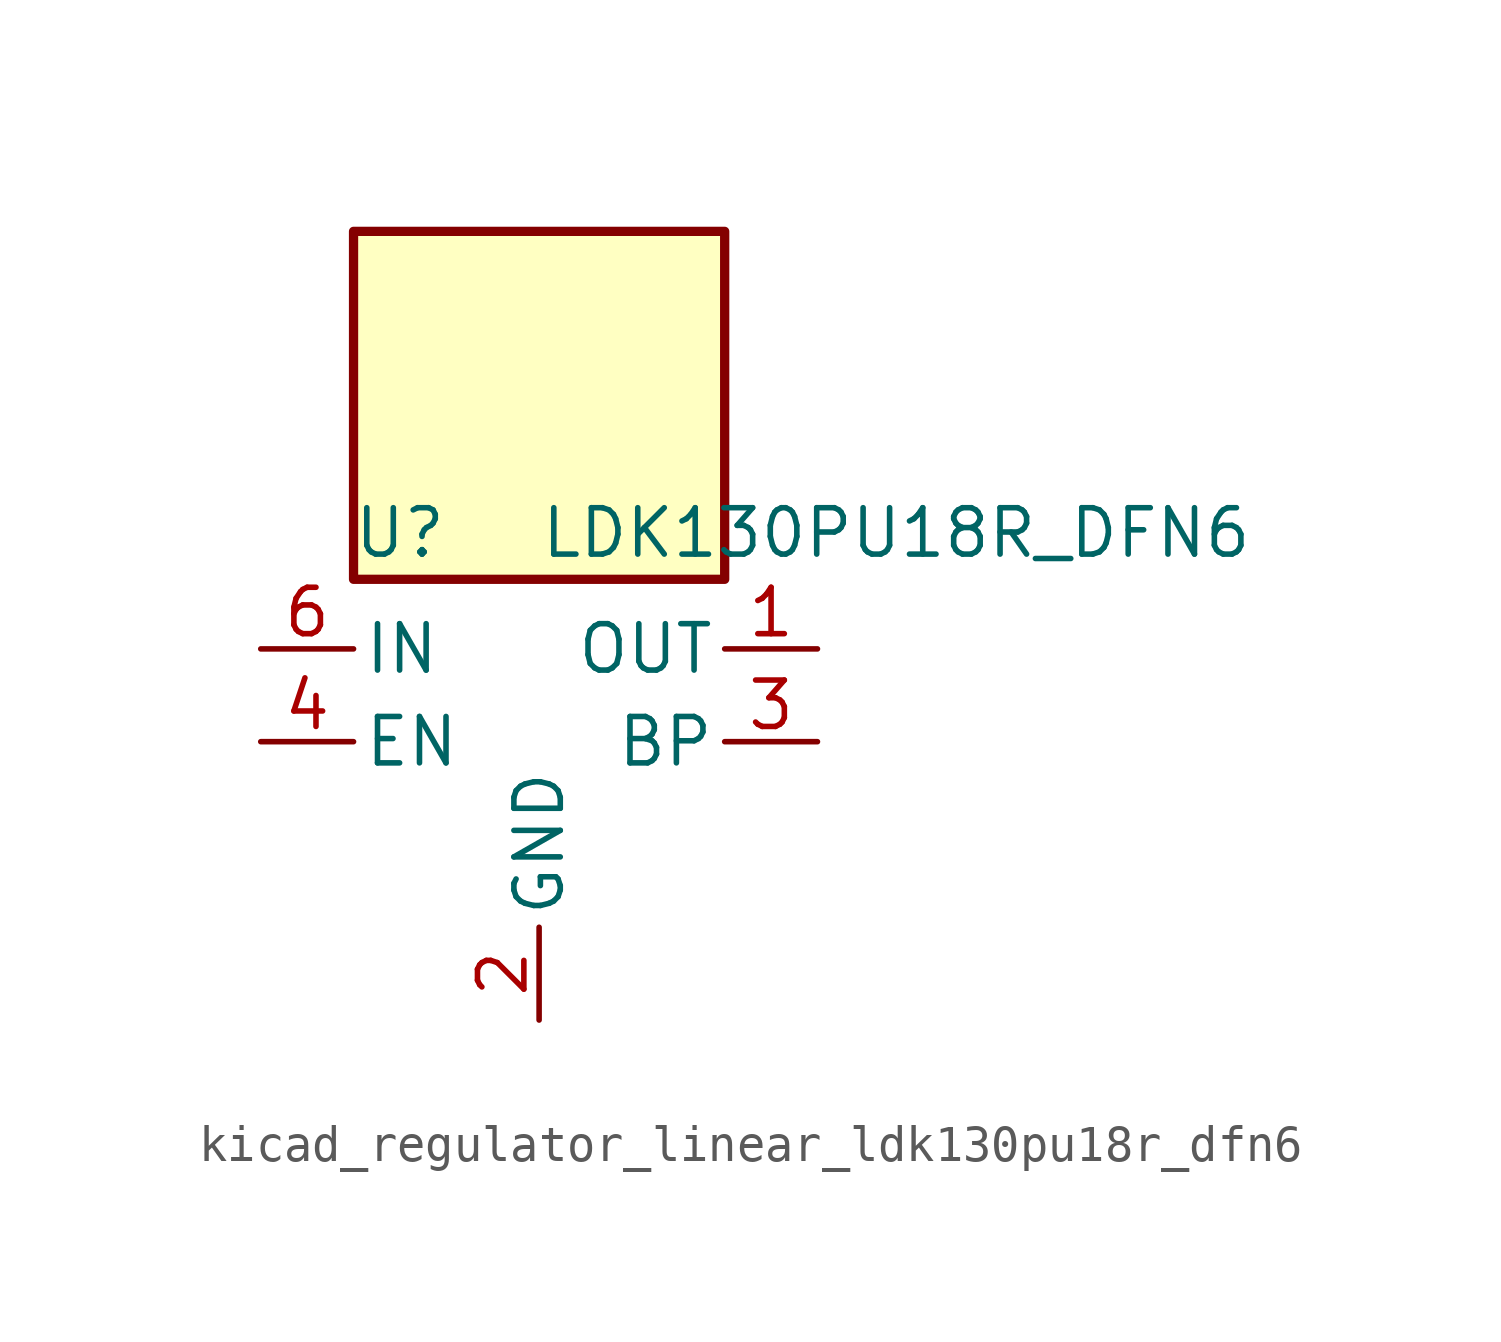
<source format=kicad_sym>
(kicad_symbol_lib
  (version 20220914)
  (generator kicad_symbol_editor)
  (symbol "kicad_regulator_linear_ldk130pu18r_dfn6"
    (pin_names
      (offset 0.254))
    (property "Reference" "U"
      (at -3.81 5.715 0)
      (effects (font (size 1.27 1.27))))
    (property "Value" "LDK130PU18R_DFN6"
      (at 0 5.715 0)
      (effects (font (size 1.27 1.27)) (justify left)))
    (symbol "kicad_regulator_linear_ldk130pu18r_dfn6_0_1"
      (rectangle (start 5.08 13.97) (end -5.08 4.445) (stroke (width 0.254) (type default)) (fill (type background))))
    (symbol "kicad_regulator_linear_ldk130pu18r_dfn6_1_1"
      (pin power_out line (at 7.62 2.54 180) (length 2.54) (name "OUT" (effects (font (size 1.27 1.27)))) (number "1" (effects (font (size 1.27 1.27)))))
      (pin power_in line (at 0 -7.62 90) (length 2.54) (name "GND" (effects (font (size 1.27 1.27)))) (number "2" (effects (font (size 1.27 1.27)))))
      (pin passive line (at 7.62 0 180) (length 2.54) (name "BP" (effects (font (size 1.27 1.27)))) (number "3" (effects (font (size 1.27 1.27)))))
      (pin input line (at -7.62 0 0) (length 2.54) (name "EN" (effects (font (size 1.27 1.27)))) (number "4" (effects (font (size 1.27 1.27)))))
      (pin no_connect line (at -5.08 -2.54 0) (length 2.54) hide (name "NC" (effects (font (size 1.27 1.27)))) (number "5" (effects (font (size 1.27 1.27)))))
      (pin power_in line (at -7.62 2.54 0) (length 2.54) (name "IN" (effects (font (size 1.27 1.27)))) (number "6" (effects (font (size 1.27 1.27))))))))
</source>
